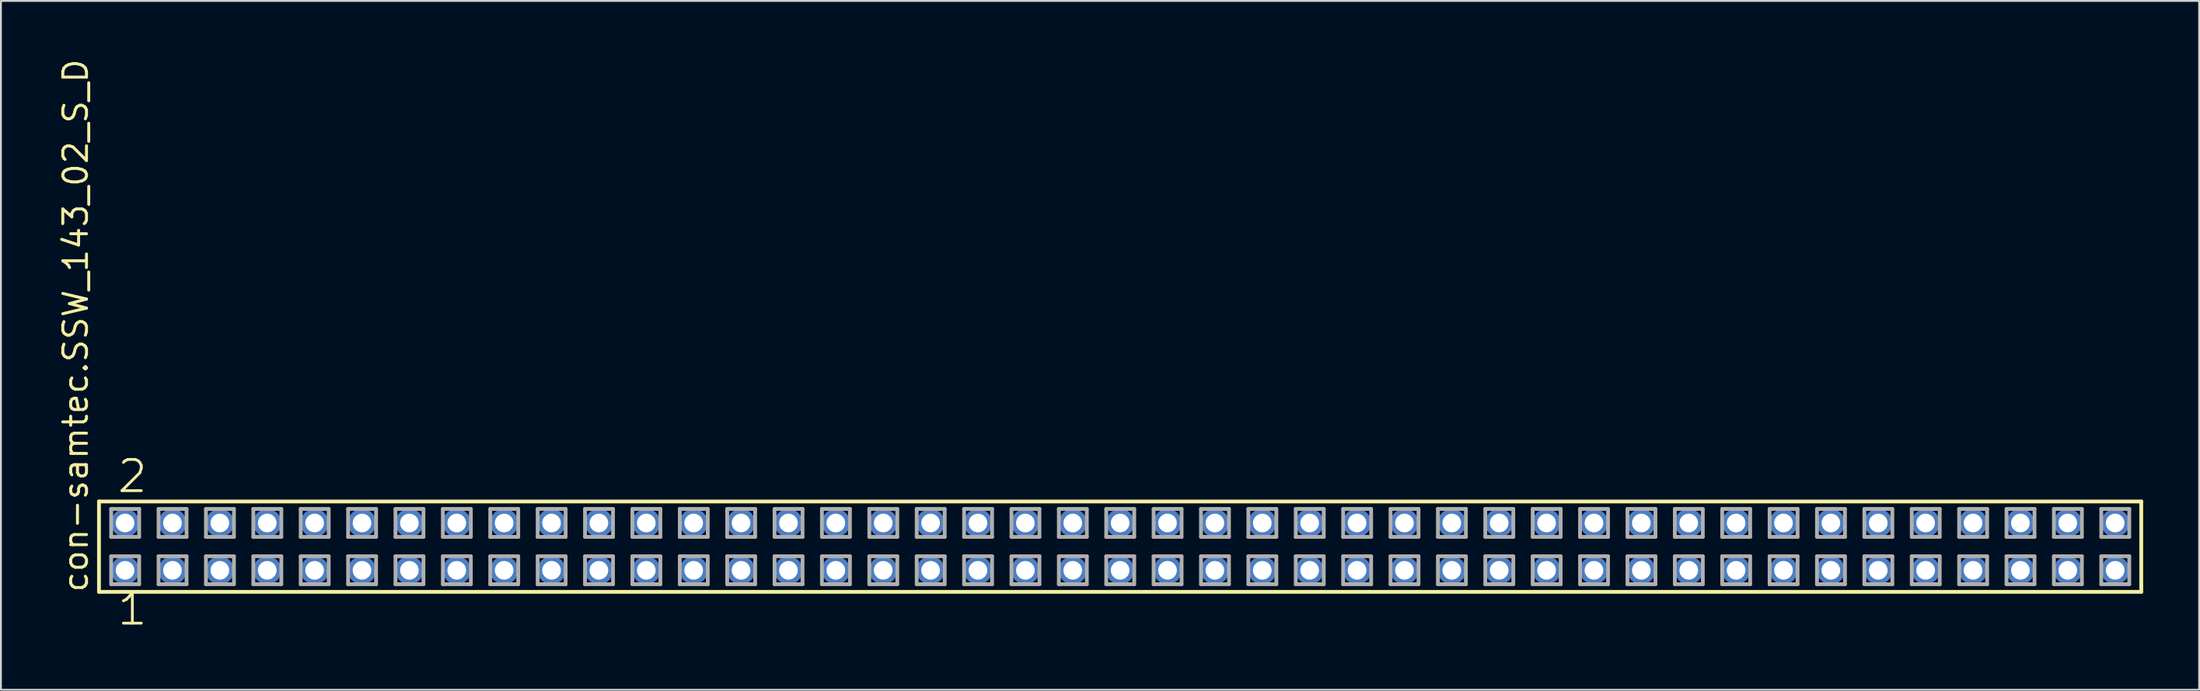
<source format=kicad_pcb>
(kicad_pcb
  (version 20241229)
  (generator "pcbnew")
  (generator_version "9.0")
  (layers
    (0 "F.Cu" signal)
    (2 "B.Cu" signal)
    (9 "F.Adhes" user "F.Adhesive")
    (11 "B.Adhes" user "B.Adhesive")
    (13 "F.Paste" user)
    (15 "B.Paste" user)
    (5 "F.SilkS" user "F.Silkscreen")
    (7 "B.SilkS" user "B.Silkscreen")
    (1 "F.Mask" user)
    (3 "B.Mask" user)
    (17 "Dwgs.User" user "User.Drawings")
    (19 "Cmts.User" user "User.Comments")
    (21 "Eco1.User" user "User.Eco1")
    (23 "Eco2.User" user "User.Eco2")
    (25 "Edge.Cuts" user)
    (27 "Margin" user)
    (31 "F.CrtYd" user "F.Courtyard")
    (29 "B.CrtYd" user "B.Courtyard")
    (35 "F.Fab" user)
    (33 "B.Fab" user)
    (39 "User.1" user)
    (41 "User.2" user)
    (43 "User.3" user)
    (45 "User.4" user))
  (footprint "con-samtec.SSW_143_02_S_D"
    (layer "F.Cu")
    (at 56.995 26.291)
    (property "Reference" "con-samtec.SSW_143_02_S_D" (at -55.245 2.54 90) (layer "F.SilkS") (effects (font (size 1.27 1.27) (thickness 0.16)) (justify left bottom)))
    (attr through_hole)
    (fp_line (start -54.739 -2.425) (end 54.739 -2.425) (stroke (width 0.203) (type default)) (layer "F.SilkS"))
    (fp_line (start -54.739 2.425) (end -54.739 -2.425) (stroke (width 0.203) (type default)) (layer "F.SilkS"))
    (fp_line (start 54.739 -2.425) (end 54.739 2.425) (stroke (width 0.203) (type default)) (layer "F.SilkS"))
    (fp_line (start 54.739 2.425) (end -54.739 2.425) (stroke (width 0.203) (type default)) (layer "F.SilkS"))
    (fp_line (start -54.085 -2.025) (end -52.585 -2.025) (stroke (width 0.203) (type default)) (layer "F.Fab"))
    (fp_line (start -54.085 -0.525) (end -54.085 -2.025) (stroke (width 0.203) (type default)) (layer "F.Fab"))
    (fp_line (start -54.085 0.515) (end -52.585 0.515) (stroke (width 0.203) (type default)) (layer "F.Fab"))
    (fp_line (start -54.085 2.015) (end -54.085 0.515) (stroke (width 0.203) (type default)) (layer "F.Fab"))
    (fp_line (start -52.585 -2.025) (end -52.585 -0.525) (stroke (width 0.203) (type default)) (layer "F.Fab"))
    (fp_line (start -52.585 -0.525) (end -54.085 -0.525) (stroke (width 0.203) (type default)) (layer "F.Fab"))
    (fp_line (start -52.585 0.515) (end -52.585 2.015) (stroke (width 0.203) (type default)) (layer "F.Fab"))
    (fp_line (start -52.585 2.015) (end -54.085 2.015) (stroke (width 0.203) (type default)) (layer "F.Fab"))
    (fp_line (start -51.545 -2.025) (end -50.045 -2.025) (stroke (width 0.203) (type default)) (layer "F.Fab"))
    (fp_line (start -51.545 -0.525) (end -51.545 -2.025) (stroke (width 0.203) (type default)) (layer "F.Fab"))
    (fp_line (start -51.545 0.515) (end -50.045 0.515) (stroke (width 0.203) (type default)) (layer "F.Fab"))
    (fp_line (start -51.545 2.015) (end -51.545 0.515) (stroke (width 0.203) (type default)) (layer "F.Fab"))
    (fp_line (start -50.045 -2.025) (end -50.045 -0.525) (stroke (width 0.203) (type default)) (layer "F.Fab"))
    (fp_line (start -50.045 -0.525) (end -51.545 -0.525) (stroke (width 0.203) (type default)) (layer "F.Fab"))
    (fp_line (start -50.045 0.515) (end -50.045 2.015) (stroke (width 0.203) (type default)) (layer "F.Fab"))
    (fp_line (start -50.045 2.015) (end -51.545 2.015) (stroke (width 0.203) (type default)) (layer "F.Fab"))
    (fp_line (start -49.005 -2.025) (end -47.505 -2.025) (stroke (width 0.203) (type default)) (layer "F.Fab"))
    (fp_line (start -49.005 -0.525) (end -49.005 -2.025) (stroke (width 0.203) (type default)) (layer "F.Fab"))
    (fp_line (start -49.005 0.515) (end -47.505 0.515) (stroke (width 0.203) (type default)) (layer "F.Fab"))
    (fp_line (start -49.005 2.015) (end -49.005 0.515) (stroke (width 0.203) (type default)) (layer "F.Fab"))
    (fp_line (start -47.505 -2.025) (end -47.505 -0.525) (stroke (width 0.203) (type default)) (layer "F.Fab"))
    (fp_line (start -47.505 -0.525) (end -49.005 -0.525) (stroke (width 0.203) (type default)) (layer "F.Fab"))
    (fp_line (start -47.505 0.515) (end -47.505 2.015) (stroke (width 0.203) (type default)) (layer "F.Fab"))
    (fp_line (start -47.505 2.015) (end -49.005 2.015) (stroke (width 0.203) (type default)) (layer "F.Fab"))
    (fp_line (start -46.465 -2.025) (end -44.965 -2.025) (stroke (width 0.203) (type default)) (layer "F.Fab"))
    (fp_line (start -46.465 -0.525) (end -46.465 -2.025) (stroke (width 0.203) (type default)) (layer "F.Fab"))
    (fp_line (start -46.465 0.515) (end -44.965 0.515) (stroke (width 0.203) (type default)) (layer "F.Fab"))
    (fp_line (start -46.465 2.015) (end -46.465 0.515) (stroke (width 0.203) (type default)) (layer "F.Fab"))
    (fp_line (start -44.965 -2.025) (end -44.965 -0.525) (stroke (width 0.203) (type default)) (layer "F.Fab"))
    (fp_line (start -44.965 -0.525) (end -46.465 -0.525) (stroke (width 0.203) (type default)) (layer "F.Fab"))
    (fp_line (start -44.965 0.515) (end -44.965 2.015) (stroke (width 0.203) (type default)) (layer "F.Fab"))
    (fp_line (start -44.965 2.015) (end -46.465 2.015) (stroke (width 0.203) (type default)) (layer "F.Fab"))
    (fp_line (start -43.925 -2.025) (end -42.425 -2.025) (stroke (width 0.203) (type default)) (layer "F.Fab"))
    (fp_line (start -43.925 -0.525) (end -43.925 -2.025) (stroke (width 0.203) (type default)) (layer "F.Fab"))
    (fp_line (start -43.925 0.515) (end -42.425 0.515) (stroke (width 0.203) (type default)) (layer "F.Fab"))
    (fp_line (start -43.925 2.015) (end -43.925 0.515) (stroke (width 0.203) (type default)) (layer "F.Fab"))
    (fp_line (start -42.425 -2.025) (end -42.425 -0.525) (stroke (width 0.203) (type default)) (layer "F.Fab"))
    (fp_line (start -42.425 -0.525) (end -43.925 -0.525) (stroke (width 0.203) (type default)) (layer "F.Fab"))
    (fp_line (start -42.425 0.515) (end -42.425 2.015) (stroke (width 0.203) (type default)) (layer "F.Fab"))
    (fp_line (start -42.425 2.015) (end -43.925 2.015) (stroke (width 0.203) (type default)) (layer "F.Fab"))
    (fp_line (start -41.385 -2.025) (end -39.885 -2.025) (stroke (width 0.203) (type default)) (layer "F.Fab"))
    (fp_line (start -41.385 -0.525) (end -41.385 -2.025) (stroke (width 0.203) (type default)) (layer "F.Fab"))
    (fp_line (start -41.385 0.515) (end -39.885 0.515) (stroke (width 0.203) (type default)) (layer "F.Fab"))
    (fp_line (start -41.385 2.015) (end -41.385 0.515) (stroke (width 0.203) (type default)) (layer "F.Fab"))
    (fp_line (start -39.885 -2.025) (end -39.885 -0.525) (stroke (width 0.203) (type default)) (layer "F.Fab"))
    (fp_line (start -39.885 -0.525) (end -41.385 -0.525) (stroke (width 0.203) (type default)) (layer "F.Fab"))
    (fp_line (start -39.885 0.515) (end -39.885 2.015) (stroke (width 0.203) (type default)) (layer "F.Fab"))
    (fp_line (start -39.885 2.015) (end -41.385 2.015) (stroke (width 0.203) (type default)) (layer "F.Fab"))
    (fp_line (start -38.845 -2.025) (end -37.345 -2.025) (stroke (width 0.203) (type default)) (layer "F.Fab"))
    (fp_line (start -38.845 -0.525) (end -38.845 -2.025) (stroke (width 0.203) (type default)) (layer "F.Fab"))
    (fp_line (start -38.845 0.515) (end -37.345 0.515) (stroke (width 0.203) (type default)) (layer "F.Fab"))
    (fp_line (start -38.845 2.015) (end -38.845 0.515) (stroke (width 0.203) (type default)) (layer "F.Fab"))
    (fp_line (start -37.345 -2.025) (end -37.345 -0.525) (stroke (width 0.203) (type default)) (layer "F.Fab"))
    (fp_line (start -37.345 -0.525) (end -38.845 -0.525) (stroke (width 0.203) (type default)) (layer "F.Fab"))
    (fp_line (start -37.345 0.515) (end -37.345 2.015) (stroke (width 0.203) (type default)) (layer "F.Fab"))
    (fp_line (start -37.345 2.015) (end -38.845 2.015) (stroke (width 0.203) (type default)) (layer "F.Fab"))
    (fp_line (start -36.305 -2.025) (end -34.805 -2.025) (stroke (width 0.203) (type default)) (layer "F.Fab"))
    (fp_line (start -36.305 -0.525) (end -36.305 -2.025) (stroke (width 0.203) (type default)) (layer "F.Fab"))
    (fp_line (start -36.305 0.515) (end -34.805 0.515) (stroke (width 0.203) (type default)) (layer "F.Fab"))
    (fp_line (start -36.305 2.015) (end -36.305 0.515) (stroke (width 0.203) (type default)) (layer "F.Fab"))
    (fp_line (start -34.805 -2.025) (end -34.805 -0.525) (stroke (width 0.203) (type default)) (layer "F.Fab"))
    (fp_line (start -34.805 -0.525) (end -36.305 -0.525) (stroke (width 0.203) (type default)) (layer "F.Fab"))
    (fp_line (start -34.805 0.515) (end -34.805 2.015) (stroke (width 0.203) (type default)) (layer "F.Fab"))
    (fp_line (start -34.805 2.015) (end -36.305 2.015) (stroke (width 0.203) (type default)) (layer "F.Fab"))
    (fp_line (start -33.765 -2.025) (end -32.265 -2.025) (stroke (width 0.203) (type default)) (layer "F.Fab"))
    (fp_line (start -33.765 -0.525) (end -33.765 -2.025) (stroke (width 0.203) (type default)) (layer "F.Fab"))
    (fp_line (start -33.765 0.515) (end -32.265 0.515) (stroke (width 0.203) (type default)) (layer "F.Fab"))
    (fp_line (start -33.765 2.015) (end -33.765 0.515) (stroke (width 0.203) (type default)) (layer "F.Fab"))
    (fp_line (start -32.265 -2.025) (end -32.265 -0.525) (stroke (width 0.203) (type default)) (layer "F.Fab"))
    (fp_line (start -32.265 -0.525) (end -33.765 -0.525) (stroke (width 0.203) (type default)) (layer "F.Fab"))
    (fp_line (start -32.265 0.515) (end -32.265 2.015) (stroke (width 0.203) (type default)) (layer "F.Fab"))
    (fp_line (start -32.265 2.015) (end -33.765 2.015) (stroke (width 0.203) (type default)) (layer "F.Fab"))
    (fp_line (start -31.225 -2.025) (end -29.725 -2.025) (stroke (width 0.203) (type default)) (layer "F.Fab"))
    (fp_line (start -31.225 -0.525) (end -31.225 -2.025) (stroke (width 0.203) (type default)) (layer "F.Fab"))
    (fp_line (start -31.225 0.515) (end -29.725 0.515) (stroke (width 0.203) (type default)) (layer "F.Fab"))
    (fp_line (start -31.225 2.015) (end -31.225 0.515) (stroke (width 0.203) (type default)) (layer "F.Fab"))
    (fp_line (start -29.725 -2.025) (end -29.725 -0.525) (stroke (width 0.203) (type default)) (layer "F.Fab"))
    (fp_line (start -29.725 -0.525) (end -31.225 -0.525) (stroke (width 0.203) (type default)) (layer "F.Fab"))
    (fp_line (start -29.725 0.515) (end -29.725 2.015) (stroke (width 0.203) (type default)) (layer "F.Fab"))
    (fp_line (start -29.725 2.015) (end -31.225 2.015) (stroke (width 0.203) (type default)) (layer "F.Fab"))
    (fp_line (start -28.685 -2.025) (end -27.185 -2.025) (stroke (width 0.203) (type default)) (layer "F.Fab"))
    (fp_line (start -28.685 -0.525) (end -28.685 -2.025) (stroke (width 0.203) (type default)) (layer "F.Fab"))
    (fp_line (start -28.685 0.515) (end -27.185 0.515) (stroke (width 0.203) (type default)) (layer "F.Fab"))
    (fp_line (start -28.685 2.015) (end -28.685 0.515) (stroke (width 0.203) (type default)) (layer "F.Fab"))
    (fp_line (start -27.185 -2.025) (end -27.185 -0.525) (stroke (width 0.203) (type default)) (layer "F.Fab"))
    (fp_line (start -27.185 -0.525) (end -28.685 -0.525) (stroke (width 0.203) (type default)) (layer "F.Fab"))
    (fp_line (start -27.185 0.515) (end -27.185 2.015) (stroke (width 0.203) (type default)) (layer "F.Fab"))
    (fp_line (start -27.185 2.015) (end -28.685 2.015) (stroke (width 0.203) (type default)) (layer "F.Fab"))
    (fp_line (start -26.145 -2.025) (end -24.645 -2.025) (stroke (width 0.203) (type default)) (layer "F.Fab"))
    (fp_line (start -26.145 -0.525) (end -26.145 -2.025) (stroke (width 0.203) (type default)) (layer "F.Fab"))
    (fp_line (start -26.145 0.515) (end -24.645 0.515) (stroke (width 0.203) (type default)) (layer "F.Fab"))
    (fp_line (start -26.145 2.015) (end -26.145 0.515) (stroke (width 0.203) (type default)) (layer "F.Fab"))
    (fp_line (start -24.645 -2.025) (end -24.645 -0.525) (stroke (width 0.203) (type default)) (layer "F.Fab"))
    (fp_line (start -24.645 -0.525) (end -26.145 -0.525) (stroke (width 0.203) (type default)) (layer "F.Fab"))
    (fp_line (start -24.645 0.515) (end -24.645 2.015) (stroke (width 0.203) (type default)) (layer "F.Fab"))
    (fp_line (start -24.645 2.015) (end -26.145 2.015) (stroke (width 0.203) (type default)) (layer "F.Fab"))
    (fp_line (start -23.605 -2.025) (end -22.105 -2.025) (stroke (width 0.203) (type default)) (layer "F.Fab"))
    (fp_line (start -23.605 -0.525) (end -23.605 -2.025) (stroke (width 0.203) (type default)) (layer "F.Fab"))
    (fp_line (start -23.605 0.515) (end -22.105 0.515) (stroke (width 0.203) (type default)) (layer "F.Fab"))
    (fp_line (start -23.605 2.015) (end -23.605 0.515) (stroke (width 0.203) (type default)) (layer "F.Fab"))
    (fp_line (start -22.105 -2.025) (end -22.105 -0.525) (stroke (width 0.203) (type default)) (layer "F.Fab"))
    (fp_line (start -22.105 -0.525) (end -23.605 -0.525) (stroke (width 0.203) (type default)) (layer "F.Fab"))
    (fp_line (start -22.105 0.515) (end -22.105 2.015) (stroke (width 0.203) (type default)) (layer "F.Fab"))
    (fp_line (start -22.105 2.015) (end -23.605 2.015) (stroke (width 0.203) (type default)) (layer "F.Fab"))
    (fp_line (start -21.065 -2.025) (end -19.565 -2.025) (stroke (width 0.203) (type default)) (layer "F.Fab"))
    (fp_line (start -21.065 -0.525) (end -21.065 -2.025) (stroke (width 0.203) (type default)) (layer "F.Fab"))
    (fp_line (start -21.065 0.515) (end -19.565 0.515) (stroke (width 0.203) (type default)) (layer "F.Fab"))
    (fp_line (start -21.065 2.015) (end -21.065 0.515) (stroke (width 0.203) (type default)) (layer "F.Fab"))
    (fp_line (start -19.565 -2.025) (end -19.565 -0.525) (stroke (width 0.203) (type default)) (layer "F.Fab"))
    (fp_line (start -19.565 -0.525) (end -21.065 -0.525) (stroke (width 0.203) (type default)) (layer "F.Fab"))
    (fp_line (start -19.565 0.515) (end -19.565 2.015) (stroke (width 0.203) (type default)) (layer "F.Fab"))
    (fp_line (start -19.565 2.015) (end -21.065 2.015) (stroke (width 0.203) (type default)) (layer "F.Fab"))
    (fp_line (start -18.525 -2.025) (end -17.025 -2.025) (stroke (width 0.203) (type default)) (layer "F.Fab"))
    (fp_line (start -18.525 -0.525) (end -18.525 -2.025) (stroke (width 0.203) (type default)) (layer "F.Fab"))
    (fp_line (start -18.525 0.515) (end -17.025 0.515) (stroke (width 0.203) (type default)) (layer "F.Fab"))
    (fp_line (start -18.525 2.015) (end -18.525 0.515) (stroke (width 0.203) (type default)) (layer "F.Fab"))
    (fp_line (start -17.025 -2.025) (end -17.025 -0.525) (stroke (width 0.203) (type default)) (layer "F.Fab"))
    (fp_line (start -17.025 -0.525) (end -18.525 -0.525) (stroke (width 0.203) (type default)) (layer "F.Fab"))
    (fp_line (start -17.025 0.515) (end -17.025 2.015) (stroke (width 0.203) (type default)) (layer "F.Fab"))
    (fp_line (start -17.025 2.015) (end -18.525 2.015) (stroke (width 0.203) (type default)) (layer "F.Fab"))
    (fp_line (start -15.985 -2.025) (end -14.485 -2.025) (stroke (width 0.203) (type default)) (layer "F.Fab"))
    (fp_line (start -15.985 -0.525) (end -15.985 -2.025) (stroke (width 0.203) (type default)) (layer "F.Fab"))
    (fp_line (start -15.985 0.515) (end -14.485 0.515) (stroke (width 0.203) (type default)) (layer "F.Fab"))
    (fp_line (start -15.985 2.015) (end -15.985 0.515) (stroke (width 0.203) (type default)) (layer "F.Fab"))
    (fp_line (start -14.485 -2.025) (end -14.485 -0.525) (stroke (width 0.203) (type default)) (layer "F.Fab"))
    (fp_line (start -14.485 -0.525) (end -15.985 -0.525) (stroke (width 0.203) (type default)) (layer "F.Fab"))
    (fp_line (start -14.485 0.515) (end -14.485 2.015) (stroke (width 0.203) (type default)) (layer "F.Fab"))
    (fp_line (start -14.485 2.015) (end -15.985 2.015) (stroke (width 0.203) (type default)) (layer "F.Fab"))
    (fp_line (start -13.445 -2.025) (end -11.945 -2.025) (stroke (width 0.203) (type default)) (layer "F.Fab"))
    (fp_line (start -13.445 -0.525) (end -13.445 -2.025) (stroke (width 0.203) (type default)) (layer "F.Fab"))
    (fp_line (start -13.445 0.515) (end -11.945 0.515) (stroke (width 0.203) (type default)) (layer "F.Fab"))
    (fp_line (start -13.445 2.015) (end -13.445 0.515) (stroke (width 0.203) (type default)) (layer "F.Fab"))
    (fp_line (start -11.945 -2.025) (end -11.945 -0.525) (stroke (width 0.203) (type default)) (layer "F.Fab"))
    (fp_line (start -11.945 -0.525) (end -13.445 -0.525) (stroke (width 0.203) (type default)) (layer "F.Fab"))
    (fp_line (start -11.945 0.515) (end -11.945 2.015) (stroke (width 0.203) (type default)) (layer "F.Fab"))
    (fp_line (start -11.945 2.015) (end -13.445 2.015) (stroke (width 0.203) (type default)) (layer "F.Fab"))
    (fp_line (start -10.905 -2.025) (end -9.405 -2.025) (stroke (width 0.203) (type default)) (layer "F.Fab"))
    (fp_line (start -10.905 -0.525) (end -10.905 -2.025) (stroke (width 0.203) (type default)) (layer "F.Fab"))
    (fp_line (start -10.905 0.515) (end -9.405 0.515) (stroke (width 0.203) (type default)) (layer "F.Fab"))
    (fp_line (start -10.905 2.015) (end -10.905 0.515) (stroke (width 0.203) (type default)) (layer "F.Fab"))
    (fp_line (start -9.405 -2.025) (end -9.405 -0.525) (stroke (width 0.203) (type default)) (layer "F.Fab"))
    (fp_line (start -9.405 -0.525) (end -10.905 -0.525) (stroke (width 0.203) (type default)) (layer "F.Fab"))
    (fp_line (start -9.405 0.515) (end -9.405 2.015) (stroke (width 0.203) (type default)) (layer "F.Fab"))
    (fp_line (start -9.405 2.015) (end -10.905 2.015) (stroke (width 0.203) (type default)) (layer "F.Fab"))
    (fp_line (start -8.365 -2.025) (end -6.865 -2.025) (stroke (width 0.203) (type default)) (layer "F.Fab"))
    (fp_line (start -8.365 -0.525) (end -8.365 -2.025) (stroke (width 0.203) (type default)) (layer "F.Fab"))
    (fp_line (start -8.365 0.515) (end -6.865 0.515) (stroke (width 0.203) (type default)) (layer "F.Fab"))
    (fp_line (start -8.365 2.015) (end -8.365 0.515) (stroke (width 0.203) (type default)) (layer "F.Fab"))
    (fp_line (start -6.865 -2.025) (end -6.865 -0.525) (stroke (width 0.203) (type default)) (layer "F.Fab"))
    (fp_line (start -6.865 -0.525) (end -8.365 -0.525) (stroke (width 0.203) (type default)) (layer "F.Fab"))
    (fp_line (start -6.865 0.515) (end -6.865 2.015) (stroke (width 0.203) (type default)) (layer "F.Fab"))
    (fp_line (start -6.865 2.015) (end -8.365 2.015) (stroke (width 0.203) (type default)) (layer "F.Fab"))
    (fp_line (start -5.825 -2.025) (end -4.325 -2.025) (stroke (width 0.203) (type default)) (layer "F.Fab"))
    (fp_line (start -5.825 -0.525) (end -5.825 -2.025) (stroke (width 0.203) (type default)) (layer "F.Fab"))
    (fp_line (start -5.825 0.515) (end -4.325 0.515) (stroke (width 0.203) (type default)) (layer "F.Fab"))
    (fp_line (start -5.825 2.015) (end -5.825 0.515) (stroke (width 0.203) (type default)) (layer "F.Fab"))
    (fp_line (start -4.325 -2.025) (end -4.325 -0.525) (stroke (width 0.203) (type default)) (layer "F.Fab"))
    (fp_line (start -4.325 -0.525) (end -5.825 -0.525) (stroke (width 0.203) (type default)) (layer "F.Fab"))
    (fp_line (start -4.325 0.515) (end -4.325 2.015) (stroke (width 0.203) (type default)) (layer "F.Fab"))
    (fp_line (start -4.325 2.015) (end -5.825 2.015) (stroke (width 0.203) (type default)) (layer "F.Fab"))
    (fp_line (start -3.285 -2.025) (end -1.785 -2.025) (stroke (width 0.203) (type default)) (layer "F.Fab"))
    (fp_line (start -3.285 -0.525) (end -3.285 -2.025) (stroke (width 0.203) (type default)) (layer "F.Fab"))
    (fp_line (start -3.285 0.515) (end -1.785 0.515) (stroke (width 0.203) (type default)) (layer "F.Fab"))
    (fp_line (start -3.285 2.015) (end -3.285 0.515) (stroke (width 0.203) (type default)) (layer "F.Fab"))
    (fp_line (start -1.785 -2.025) (end -1.785 -0.525) (stroke (width 0.203) (type default)) (layer "F.Fab"))
    (fp_line (start -1.785 -0.525) (end -3.285 -0.525) (stroke (width 0.203) (type default)) (layer "F.Fab"))
    (fp_line (start -1.785 0.515) (end -1.785 2.015) (stroke (width 0.203) (type default)) (layer "F.Fab"))
    (fp_line (start -1.785 2.015) (end -3.285 2.015) (stroke (width 0.203) (type default)) (layer "F.Fab"))
    (fp_line (start -0.745 -2.025) (end 0.755 -2.025) (stroke (width 0.203) (type default)) (layer "F.Fab"))
    (fp_line (start -0.745 -0.525) (end -0.745 -2.025) (stroke (width 0.203) (type default)) (layer "F.Fab"))
    (fp_line (start -0.745 0.515) (end 0.755 0.515) (stroke (width 0.203) (type default)) (layer "F.Fab"))
    (fp_line (start -0.745 2.015) (end -0.745 0.515) (stroke (width 0.203) (type default)) (layer "F.Fab"))
    (fp_line (start 0.755 -2.025) (end 0.755 -0.525) (stroke (width 0.203) (type default)) (layer "F.Fab"))
    (fp_line (start 0.755 -0.525) (end -0.745 -0.525) (stroke (width 0.203) (type default)) (layer "F.Fab"))
    (fp_line (start 0.755 0.515) (end 0.755 2.015) (stroke (width 0.203) (type default)) (layer "F.Fab"))
    (fp_line (start 0.755 2.015) (end -0.745 2.015) (stroke (width 0.203) (type default)) (layer "F.Fab"))
    (fp_line (start 1.795 -2.025) (end 3.295 -2.025) (stroke (width 0.203) (type default)) (layer "F.Fab"))
    (fp_line (start 1.795 -0.525) (end 1.795 -2.025) (stroke (width 0.203) (type default)) (layer "F.Fab"))
    (fp_line (start 1.795 0.515) (end 3.295 0.515) (stroke (width 0.203) (type default)) (layer "F.Fab"))
    (fp_line (start 1.795 2.015) (end 1.795 0.515) (stroke (width 0.203) (type default)) (layer "F.Fab"))
    (fp_line (start 3.295 -2.025) (end 3.295 -0.525) (stroke (width 0.203) (type default)) (layer "F.Fab"))
    (fp_line (start 3.295 -0.525) (end 1.795 -0.525) (stroke (width 0.203) (type default)) (layer "F.Fab"))
    (fp_line (start 3.295 0.515) (end 3.295 2.015) (stroke (width 0.203) (type default)) (layer "F.Fab"))
    (fp_line (start 3.295 2.015) (end 1.795 2.015) (stroke (width 0.203) (type default)) (layer "F.Fab"))
    (fp_line (start 4.335 -2.025) (end 5.835 -2.025) (stroke (width 0.203) (type default)) (layer "F.Fab"))
    (fp_line (start 4.335 -0.525) (end 4.335 -2.025) (stroke (width 0.203) (type default)) (layer "F.Fab"))
    (fp_line (start 4.335 0.515) (end 5.835 0.515) (stroke (width 0.203) (type default)) (layer "F.Fab"))
    (fp_line (start 4.335 2.015) (end 4.335 0.515) (stroke (width 0.203) (type default)) (layer "F.Fab"))
    (fp_line (start 5.835 -2.025) (end 5.835 -0.525) (stroke (width 0.203) (type default)) (layer "F.Fab"))
    (fp_line (start 5.835 -0.525) (end 4.335 -0.525) (stroke (width 0.203) (type default)) (layer "F.Fab"))
    (fp_line (start 5.835 0.515) (end 5.835 2.015) (stroke (width 0.203) (type default)) (layer "F.Fab"))
    (fp_line (start 5.835 2.015) (end 4.335 2.015) (stroke (width 0.203) (type default)) (layer "F.Fab"))
    (fp_line (start 6.875 -2.025) (end 8.375 -2.025) (stroke (width 0.203) (type default)) (layer "F.Fab"))
    (fp_line (start 6.875 -0.525) (end 6.875 -2.025) (stroke (width 0.203) (type default)) (layer "F.Fab"))
    (fp_line (start 6.875 0.515) (end 8.375 0.515) (stroke (width 0.203) (type default)) (layer "F.Fab"))
    (fp_line (start 6.875 2.015) (end 6.875 0.515) (stroke (width 0.203) (type default)) (layer "F.Fab"))
    (fp_line (start 8.375 -2.025) (end 8.375 -0.525) (stroke (width 0.203) (type default)) (layer "F.Fab"))
    (fp_line (start 8.375 -0.525) (end 6.875 -0.525) (stroke (width 0.203) (type default)) (layer "F.Fab"))
    (fp_line (start 8.375 0.515) (end 8.375 2.015) (stroke (width 0.203) (type default)) (layer "F.Fab"))
    (fp_line (start 8.375 2.015) (end 6.875 2.015) (stroke (width 0.203) (type default)) (layer "F.Fab"))
    (fp_line (start 9.415 -2.025) (end 10.915 -2.025) (stroke (width 0.203) (type default)) (layer "F.Fab"))
    (fp_line (start 9.415 -0.525) (end 9.415 -2.025) (stroke (width 0.203) (type default)) (layer "F.Fab"))
    (fp_line (start 9.415 0.515) (end 10.915 0.515) (stroke (width 0.203) (type default)) (layer "F.Fab"))
    (fp_line (start 9.415 2.015) (end 9.415 0.515) (stroke (width 0.203) (type default)) (layer "F.Fab"))
    (fp_line (start 10.915 -2.025) (end 10.915 -0.525) (stroke (width 0.203) (type default)) (layer "F.Fab"))
    (fp_line (start 10.915 -0.525) (end 9.415 -0.525) (stroke (width 0.203) (type default)) (layer "F.Fab"))
    (fp_line (start 10.915 0.515) (end 10.915 2.015) (stroke (width 0.203) (type default)) (layer "F.Fab"))
    (fp_line (start 10.915 2.015) (end 9.415 2.015) (stroke (width 0.203) (type default)) (layer "F.Fab"))
    (fp_line (start 11.955 -2.025) (end 13.455 -2.025) (stroke (width 0.203) (type default)) (layer "F.Fab"))
    (fp_line (start 11.955 -0.525) (end 11.955 -2.025) (stroke (width 0.203) (type default)) (layer "F.Fab"))
    (fp_line (start 11.955 0.515) (end 13.455 0.515) (stroke (width 0.203) (type default)) (layer "F.Fab"))
    (fp_line (start 11.955 2.015) (end 11.955 0.515) (stroke (width 0.203) (type default)) (layer "F.Fab"))
    (fp_line (start 13.455 -2.025) (end 13.455 -0.525) (stroke (width 0.203) (type default)) (layer "F.Fab"))
    (fp_line (start 13.455 -0.525) (end 11.955 -0.525) (stroke (width 0.203) (type default)) (layer "F.Fab"))
    (fp_line (start 13.455 0.515) (end 13.455 2.015) (stroke (width 0.203) (type default)) (layer "F.Fab"))
    (fp_line (start 13.455 2.015) (end 11.955 2.015) (stroke (width 0.203) (type default)) (layer "F.Fab"))
    (fp_line (start 14.495 -2.025) (end 15.995 -2.025) (stroke (width 0.203) (type default)) (layer "F.Fab"))
    (fp_line (start 14.495 -0.525) (end 14.495 -2.025) (stroke (width 0.203) (type default)) (layer "F.Fab"))
    (fp_line (start 14.495 0.515) (end 15.995 0.515) (stroke (width 0.203) (type default)) (layer "F.Fab"))
    (fp_line (start 14.495 2.015) (end 14.495 0.515) (stroke (width 0.203) (type default)) (layer "F.Fab"))
    (fp_line (start 15.995 -2.025) (end 15.995 -0.525) (stroke (width 0.203) (type default)) (layer "F.Fab"))
    (fp_line (start 15.995 -0.525) (end 14.495 -0.525) (stroke (width 0.203) (type default)) (layer "F.Fab"))
    (fp_line (start 15.995 0.515) (end 15.995 2.015) (stroke (width 0.203) (type default)) (layer "F.Fab"))
    (fp_line (start 15.995 2.015) (end 14.495 2.015) (stroke (width 0.203) (type default)) (layer "F.Fab"))
    (fp_line (start 17.035 -2.025) (end 18.535 -2.025) (stroke (width 0.203) (type default)) (layer "F.Fab"))
    (fp_line (start 17.035 -0.525) (end 17.035 -2.025) (stroke (width 0.203) (type default)) (layer "F.Fab"))
    (fp_line (start 17.035 0.515) (end 18.535 0.515) (stroke (width 0.203) (type default)) (layer "F.Fab"))
    (fp_line (start 17.035 2.015) (end 17.035 0.515) (stroke (width 0.203) (type default)) (layer "F.Fab"))
    (fp_line (start 18.535 -2.025) (end 18.535 -0.525) (stroke (width 0.203) (type default)) (layer "F.Fab"))
    (fp_line (start 18.535 -0.525) (end 17.035 -0.525) (stroke (width 0.203) (type default)) (layer "F.Fab"))
    (fp_line (start 18.535 0.515) (end 18.535 2.015) (stroke (width 0.203) (type default)) (layer "F.Fab"))
    (fp_line (start 18.535 2.015) (end 17.035 2.015) (stroke (width 0.203) (type default)) (layer "F.Fab"))
    (fp_line (start 19.575 -2.025) (end 21.075 -2.025) (stroke (width 0.203) (type default)) (layer "F.Fab"))
    (fp_line (start 19.575 -0.525) (end 19.575 -2.025) (stroke (width 0.203) (type default)) (layer "F.Fab"))
    (fp_line (start 19.575 0.515) (end 21.075 0.515) (stroke (width 0.203) (type default)) (layer "F.Fab"))
    (fp_line (start 19.575 2.015) (end 19.575 0.515) (stroke (width 0.203) (type default)) (layer "F.Fab"))
    (fp_line (start 21.075 -2.025) (end 21.075 -0.525) (stroke (width 0.203) (type default)) (layer "F.Fab"))
    (fp_line (start 21.075 -0.525) (end 19.575 -0.525) (stroke (width 0.203) (type default)) (layer "F.Fab"))
    (fp_line (start 21.075 0.515) (end 21.075 2.015) (stroke (width 0.203) (type default)) (layer "F.Fab"))
    (fp_line (start 21.075 2.015) (end 19.575 2.015) (stroke (width 0.203) (type default)) (layer "F.Fab"))
    (fp_line (start 22.115 -2.025) (end 23.615 -2.025) (stroke (width 0.203) (type default)) (layer "F.Fab"))
    (fp_line (start 22.115 -0.525) (end 22.115 -2.025) (stroke (width 0.203) (type default)) (layer "F.Fab"))
    (fp_line (start 22.115 0.515) (end 23.615 0.515) (stroke (width 0.203) (type default)) (layer "F.Fab"))
    (fp_line (start 22.115 2.015) (end 22.115 0.515) (stroke (width 0.203) (type default)) (layer "F.Fab"))
    (fp_line (start 23.615 -2.025) (end 23.615 -0.525) (stroke (width 0.203) (type default)) (layer "F.Fab"))
    (fp_line (start 23.615 -0.525) (end 22.115 -0.525) (stroke (width 0.203) (type default)) (layer "F.Fab"))
    (fp_line (start 23.615 0.515) (end 23.615 2.015) (stroke (width 0.203) (type default)) (layer "F.Fab"))
    (fp_line (start 23.615 2.015) (end 22.115 2.015) (stroke (width 0.203) (type default)) (layer "F.Fab"))
    (fp_line (start 24.655 -2.025) (end 26.155 -2.025) (stroke (width 0.203) (type default)) (layer "F.Fab"))
    (fp_line (start 24.655 -0.525) (end 24.655 -2.025) (stroke (width 0.203) (type default)) (layer "F.Fab"))
    (fp_line (start 24.655 0.515) (end 26.155 0.515) (stroke (width 0.203) (type default)) (layer "F.Fab"))
    (fp_line (start 24.655 2.015) (end 24.655 0.515) (stroke (width 0.203) (type default)) (layer "F.Fab"))
    (fp_line (start 26.155 -2.025) (end 26.155 -0.525) (stroke (width 0.203) (type default)) (layer "F.Fab"))
    (fp_line (start 26.155 -0.525) (end 24.655 -0.525) (stroke (width 0.203) (type default)) (layer "F.Fab"))
    (fp_line (start 26.155 0.515) (end 26.155 2.015) (stroke (width 0.203) (type default)) (layer "F.Fab"))
    (fp_line (start 26.155 2.015) (end 24.655 2.015) (stroke (width 0.203) (type default)) (layer "F.Fab"))
    (fp_line (start 27.195 -2.025) (end 28.695 -2.025) (stroke (width 0.203) (type default)) (layer "F.Fab"))
    (fp_line (start 27.195 -0.525) (end 27.195 -2.025) (stroke (width 0.203) (type default)) (layer "F.Fab"))
    (fp_line (start 27.195 0.515) (end 28.695 0.515) (stroke (width 0.203) (type default)) (layer "F.Fab"))
    (fp_line (start 27.195 2.015) (end 27.195 0.515) (stroke (width 0.203) (type default)) (layer "F.Fab"))
    (fp_line (start 28.695 -2.025) (end 28.695 -0.525) (stroke (width 0.203) (type default)) (layer "F.Fab"))
    (fp_line (start 28.695 -0.525) (end 27.195 -0.525) (stroke (width 0.203) (type default)) (layer "F.Fab"))
    (fp_line (start 28.695 0.515) (end 28.695 2.015) (stroke (width 0.203) (type default)) (layer "F.Fab"))
    (fp_line (start 28.695 2.015) (end 27.195 2.015) (stroke (width 0.203) (type default)) (layer "F.Fab"))
    (fp_line (start 29.735 -2.025) (end 31.235 -2.025) (stroke (width 0.203) (type default)) (layer "F.Fab"))
    (fp_line (start 29.735 -0.525) (end 29.735 -2.025) (stroke (width 0.203) (type default)) (layer "F.Fab"))
    (fp_line (start 29.735 0.515) (end 31.235 0.515) (stroke (width 0.203) (type default)) (layer "F.Fab"))
    (fp_line (start 29.735 2.015) (end 29.735 0.515) (stroke (width 0.203) (type default)) (layer "F.Fab"))
    (fp_line (start 31.235 -2.025) (end 31.235 -0.525) (stroke (width 0.203) (type default)) (layer "F.Fab"))
    (fp_line (start 31.235 -0.525) (end 29.735 -0.525) (stroke (width 0.203) (type default)) (layer "F.Fab"))
    (fp_line (start 31.235 0.515) (end 31.235 2.015) (stroke (width 0.203) (type default)) (layer "F.Fab"))
    (fp_line (start 31.235 2.015) (end 29.735 2.015) (stroke (width 0.203) (type default)) (layer "F.Fab"))
    (fp_line (start 32.275 -2.025) (end 33.775 -2.025) (stroke (width 0.203) (type default)) (layer "F.Fab"))
    (fp_line (start 32.275 -0.525) (end 32.275 -2.025) (stroke (width 0.203) (type default)) (layer "F.Fab"))
    (fp_line (start 32.275 0.515) (end 33.775 0.515) (stroke (width 0.203) (type default)) (layer "F.Fab"))
    (fp_line (start 32.275 2.015) (end 32.275 0.515) (stroke (width 0.203) (type default)) (layer "F.Fab"))
    (fp_line (start 33.775 -2.025) (end 33.775 -0.525) (stroke (width 0.203) (type default)) (layer "F.Fab"))
    (fp_line (start 33.775 -0.525) (end 32.275 -0.525) (stroke (width 0.203) (type default)) (layer "F.Fab"))
    (fp_line (start 33.775 0.515) (end 33.775 2.015) (stroke (width 0.203) (type default)) (layer "F.Fab"))
    (fp_line (start 33.775 2.015) (end 32.275 2.015) (stroke (width 0.203) (type default)) (layer "F.Fab"))
    (fp_line (start 34.815 -2.025) (end 36.315 -2.025) (stroke (width 0.203) (type default)) (layer "F.Fab"))
    (fp_line (start 34.815 -0.525) (end 34.815 -2.025) (stroke (width 0.203) (type default)) (layer "F.Fab"))
    (fp_line (start 34.815 0.515) (end 36.315 0.515) (stroke (width 0.203) (type default)) (layer "F.Fab"))
    (fp_line (start 34.815 2.015) (end 34.815 0.515) (stroke (width 0.203) (type default)) (layer "F.Fab"))
    (fp_line (start 36.315 -2.025) (end 36.315 -0.525) (stroke (width 0.203) (type default)) (layer "F.Fab"))
    (fp_line (start 36.315 -0.525) (end 34.815 -0.525) (stroke (width 0.203) (type default)) (layer "F.Fab"))
    (fp_line (start 36.315 0.515) (end 36.315 2.015) (stroke (width 0.203) (type default)) (layer "F.Fab"))
    (fp_line (start 36.315 2.015) (end 34.815 2.015) (stroke (width 0.203) (type default)) (layer "F.Fab"))
    (fp_line (start 37.355 -2.025) (end 38.855 -2.025) (stroke (width 0.203) (type default)) (layer "F.Fab"))
    (fp_line (start 37.355 -0.525) (end 37.355 -2.025) (stroke (width 0.203) (type default)) (layer "F.Fab"))
    (fp_line (start 37.355 0.515) (end 38.855 0.515) (stroke (width 0.203) (type default)) (layer "F.Fab"))
    (fp_line (start 37.355 2.015) (end 37.355 0.515) (stroke (width 0.203) (type default)) (layer "F.Fab"))
    (fp_line (start 38.855 -2.025) (end 38.855 -0.525) (stroke (width 0.203) (type default)) (layer "F.Fab"))
    (fp_line (start 38.855 -0.525) (end 37.355 -0.525) (stroke (width 0.203) (type default)) (layer "F.Fab"))
    (fp_line (start 38.855 0.515) (end 38.855 2.015) (stroke (width 0.203) (type default)) (layer "F.Fab"))
    (fp_line (start 38.855 2.015) (end 37.355 2.015) (stroke (width 0.203) (type default)) (layer "F.Fab"))
    (fp_line (start 39.895 -2.025) (end 41.395 -2.025) (stroke (width 0.203) (type default)) (layer "F.Fab"))
    (fp_line (start 39.895 -0.525) (end 39.895 -2.025) (stroke (width 0.203) (type default)) (layer "F.Fab"))
    (fp_line (start 39.895 0.515) (end 41.395 0.515) (stroke (width 0.203) (type default)) (layer "F.Fab"))
    (fp_line (start 39.895 2.015) (end 39.895 0.515) (stroke (width 0.203) (type default)) (layer "F.Fab"))
    (fp_line (start 41.395 -2.025) (end 41.395 -0.525) (stroke (width 0.203) (type default)) (layer "F.Fab"))
    (fp_line (start 41.395 -0.525) (end 39.895 -0.525) (stroke (width 0.203) (type default)) (layer "F.Fab"))
    (fp_line (start 41.395 0.515) (end 41.395 2.015) (stroke (width 0.203) (type default)) (layer "F.Fab"))
    (fp_line (start 41.395 2.015) (end 39.895 2.015) (stroke (width 0.203) (type default)) (layer "F.Fab"))
    (fp_line (start 42.435 -2.025) (end 43.935 -2.025) (stroke (width 0.203) (type default)) (layer "F.Fab"))
    (fp_line (start 42.435 -0.525) (end 42.435 -2.025) (stroke (width 0.203) (type default)) (layer "F.Fab"))
    (fp_line (start 42.435 0.515) (end 43.935 0.515) (stroke (width 0.203) (type default)) (layer "F.Fab"))
    (fp_line (start 42.435 2.015) (end 42.435 0.515) (stroke (width 0.203) (type default)) (layer "F.Fab"))
    (fp_line (start 43.935 -2.025) (end 43.935 -0.525) (stroke (width 0.203) (type default)) (layer "F.Fab"))
    (fp_line (start 43.935 -0.525) (end 42.435 -0.525) (stroke (width 0.203) (type default)) (layer "F.Fab"))
    (fp_line (start 43.935 0.515) (end 43.935 2.015) (stroke (width 0.203) (type default)) (layer "F.Fab"))
    (fp_line (start 43.935 2.015) (end 42.435 2.015) (stroke (width 0.203) (type default)) (layer "F.Fab"))
    (fp_line (start 44.975 -2.025) (end 46.475 -2.025) (stroke (width 0.203) (type default)) (layer "F.Fab"))
    (fp_line (start 44.975 -0.525) (end 44.975 -2.025) (stroke (width 0.203) (type default)) (layer "F.Fab"))
    (fp_line (start 44.975 0.515) (end 46.475 0.515) (stroke (width 0.203) (type default)) (layer "F.Fab"))
    (fp_line (start 44.975 2.015) (end 44.975 0.515) (stroke (width 0.203) (type default)) (layer "F.Fab"))
    (fp_line (start 46.475 -2.025) (end 46.475 -0.525) (stroke (width 0.203) (type default)) (layer "F.Fab"))
    (fp_line (start 46.475 -0.525) (end 44.975 -0.525) (stroke (width 0.203) (type default)) (layer "F.Fab"))
    (fp_line (start 46.475 0.515) (end 46.475 2.015) (stroke (width 0.203) (type default)) (layer "F.Fab"))
    (fp_line (start 46.475 2.015) (end 44.975 2.015) (stroke (width 0.203) (type default)) (layer "F.Fab"))
    (fp_line (start 47.515 -2.025) (end 49.015 -2.025) (stroke (width 0.203) (type default)) (layer "F.Fab"))
    (fp_line (start 47.515 -0.525) (end 47.515 -2.025) (stroke (width 0.203) (type default)) (layer "F.Fab"))
    (fp_line (start 47.515 0.515) (end 49.015 0.515) (stroke (width 0.203) (type default)) (layer "F.Fab"))
    (fp_line (start 47.515 2.015) (end 47.515 0.515) (stroke (width 0.203) (type default)) (layer "F.Fab"))
    (fp_line (start 49.015 -2.025) (end 49.015 -0.525) (stroke (width 0.203) (type default)) (layer "F.Fab"))
    (fp_line (start 49.015 -0.525) (end 47.515 -0.525) (stroke (width 0.203) (type default)) (layer "F.Fab"))
    (fp_line (start 49.015 0.515) (end 49.015 2.015) (stroke (width 0.203) (type default)) (layer "F.Fab"))
    (fp_line (start 49.015 2.015) (end 47.515 2.015) (stroke (width 0.203) (type default)) (layer "F.Fab"))
    (fp_line (start 50.055 -2.025) (end 51.555 -2.025) (stroke (width 0.203) (type default)) (layer "F.Fab"))
    (fp_line (start 50.055 -0.525) (end 50.055 -2.025) (stroke (width 0.203) (type default)) (layer "F.Fab"))
    (fp_line (start 50.055 0.515) (end 51.555 0.515) (stroke (width 0.203) (type default)) (layer "F.Fab"))
    (fp_line (start 50.055 2.015) (end 50.055 0.515) (stroke (width 0.203) (type default)) (layer "F.Fab"))
    (fp_line (start 51.555 -2.025) (end 51.555 -0.525) (stroke (width 0.203) (type default)) (layer "F.Fab"))
    (fp_line (start 51.555 -0.525) (end 50.055 -0.525) (stroke (width 0.203) (type default)) (layer "F.Fab"))
    (fp_line (start 51.555 0.515) (end 51.555 2.015) (stroke (width 0.203) (type default)) (layer "F.Fab"))
    (fp_line (start 51.555 2.015) (end 50.055 2.015) (stroke (width 0.203) (type default)) (layer "F.Fab"))
    (fp_line (start 52.595 -2.025) (end 54.095 -2.025) (stroke (width 0.203) (type default)) (layer "F.Fab"))
    (fp_line (start 52.595 -0.525) (end 52.595 -2.025) (stroke (width 0.203) (type default)) (layer "F.Fab"))
    (fp_line (start 52.595 0.515) (end 54.095 0.515) (stroke (width 0.203) (type default)) (layer "F.Fab"))
    (fp_line (start 52.595 2.015) (end 52.595 0.515) (stroke (width 0.203) (type default)) (layer "F.Fab"))
    (fp_line (start 54.095 -2.025) (end 54.095 -0.525) (stroke (width 0.203) (type default)) (layer "F.Fab"))
    (fp_line (start 54.095 -0.525) (end 52.595 -0.525) (stroke (width 0.203) (type default)) (layer "F.Fab"))
    (fp_line (start 54.095 0.515) (end 54.095 2.015) (stroke (width 0.203) (type default)) (layer "F.Fab"))
    (fp_line (start 54.095 2.015) (end 52.595 2.015) (stroke (width 0.203) (type default)) (layer "F.Fab"))
    (fp_text user "2" (at -53.848 -2.794 0) (layer "F.SilkS") (effects (font (size 1.676 1.676) (thickness 0.15)) (justify left bottom)))
    (fp_text user "1" (at -53.848 4.318 0) (layer "F.SilkS") (effects (font (size 1.676 1.676) (thickness 0.15)) (justify left bottom)))
    (pad "1" thru_hole circle (at -53.34 1.27) (size 1.5 1.5) (drill 1) (layers "*.Cu" "*.Mask"))
    (pad "2" thru_hole circle (at -53.34 -1.27) (size 1.5 1.5) (drill 1) (layers "*.Cu" "*.Mask"))
    (pad "3" thru_hole circle (at -50.8 1.27) (size 1.5 1.5) (drill 1) (layers "*.Cu" "*.Mask"))
    (pad "4" thru_hole circle (at -50.8 -1.27) (size 1.5 1.5) (drill 1) (layers "*.Cu" "*.Mask"))
    (pad "5" thru_hole circle (at -48.26 1.27) (size 1.5 1.5) (drill 1) (layers "*.Cu" "*.Mask"))
    (pad "6" thru_hole circle (at -48.26 -1.27) (size 1.5 1.5) (drill 1) (layers "*.Cu" "*.Mask"))
    (pad "7" thru_hole circle (at -45.72 1.27) (size 1.5 1.5) (drill 1) (layers "*.Cu" "*.Mask"))
    (pad "8" thru_hole circle (at -45.72 -1.27) (size 1.5 1.5) (drill 1) (layers "*.Cu" "*.Mask"))
    (pad "9" thru_hole circle (at -43.18 1.27) (size 1.5 1.5) (drill 1) (layers "*.Cu" "*.Mask"))
    (pad "10" thru_hole circle (at -43.18 -1.27) (size 1.5 1.5) (drill 1) (layers "*.Cu" "*.Mask"))
    (pad "11" thru_hole circle (at -40.64 1.27) (size 1.5 1.5) (drill 1) (layers "*.Cu" "*.Mask"))
    (pad "12" thru_hole circle (at -40.64 -1.27) (size 1.5 1.5) (drill 1) (layers "*.Cu" "*.Mask"))
    (pad "13" thru_hole circle (at -38.1 1.27) (size 1.5 1.5) (drill 1) (layers "*.Cu" "*.Mask"))
    (pad "14" thru_hole circle (at -38.1 -1.27) (size 1.5 1.5) (drill 1) (layers "*.Cu" "*.Mask"))
    (pad "15" thru_hole circle (at -35.56 1.27) (size 1.5 1.5) (drill 1) (layers "*.Cu" "*.Mask"))
    (pad "16" thru_hole circle (at -35.56 -1.27) (size 1.5 1.5) (drill 1) (layers "*.Cu" "*.Mask"))
    (pad "17" thru_hole circle (at -33.02 1.27) (size 1.5 1.5) (drill 1) (layers "*.Cu" "*.Mask"))
    (pad "18" thru_hole circle (at -33.02 -1.27) (size 1.5 1.5) (drill 1) (layers "*.Cu" "*.Mask"))
    (pad "19" thru_hole circle (at -30.48 1.27) (size 1.5 1.5) (drill 1) (layers "*.Cu" "*.Mask"))
    (pad "20" thru_hole circle (at -30.48 -1.27) (size 1.5 1.5) (drill 1) (layers "*.Cu" "*.Mask"))
    (pad "21" thru_hole circle (at -27.94 1.27) (size 1.5 1.5) (drill 1) (layers "*.Cu" "*.Mask"))
    (pad "22" thru_hole circle (at -27.94 -1.27) (size 1.5 1.5) (drill 1) (layers "*.Cu" "*.Mask"))
    (pad "23" thru_hole circle (at -25.4 1.27) (size 1.5 1.5) (drill 1) (layers "*.Cu" "*.Mask"))
    (pad "24" thru_hole circle (at -25.4 -1.27) (size 1.5 1.5) (drill 1) (layers "*.Cu" "*.Mask"))
    (pad "25" thru_hole circle (at -22.86 1.27) (size 1.5 1.5) (drill 1) (layers "*.Cu" "*.Mask"))
    (pad "26" thru_hole circle (at -22.86 -1.27) (size 1.5 1.5) (drill 1) (layers "*.Cu" "*.Mask"))
    (pad "27" thru_hole circle (at -20.32 1.27) (size 1.5 1.5) (drill 1) (layers "*.Cu" "*.Mask"))
    (pad "28" thru_hole circle (at -20.32 -1.27) (size 1.5 1.5) (drill 1) (layers "*.Cu" "*.Mask"))
    (pad "29" thru_hole circle (at -17.78 1.27) (size 1.5 1.5) (drill 1) (layers "*.Cu" "*.Mask"))
    (pad "30" thru_hole circle (at -17.78 -1.27) (size 1.5 1.5) (drill 1) (layers "*.Cu" "*.Mask"))
    (pad "31" thru_hole circle (at -15.24 1.27) (size 1.5 1.5) (drill 1) (layers "*.Cu" "*.Mask"))
    (pad "32" thru_hole circle (at -15.24 -1.27) (size 1.5 1.5) (drill 1) (layers "*.Cu" "*.Mask"))
    (pad "33" thru_hole circle (at -12.7 1.27) (size 1.5 1.5) (drill 1) (layers "*.Cu" "*.Mask"))
    (pad "34" thru_hole circle (at -12.7 -1.27) (size 1.5 1.5) (drill 1) (layers "*.Cu" "*.Mask"))
    (pad "35" thru_hole circle (at -10.16 1.27) (size 1.5 1.5) (drill 1) (layers "*.Cu" "*.Mask"))
    (pad "36" thru_hole circle (at -10.16 -1.27) (size 1.5 1.5) (drill 1) (layers "*.Cu" "*.Mask"))
    (pad "37" thru_hole circle (at -7.62 1.27) (size 1.5 1.5) (drill 1) (layers "*.Cu" "*.Mask"))
    (pad "38" thru_hole circle (at -7.62 -1.27) (size 1.5 1.5) (drill 1) (layers "*.Cu" "*.Mask"))
    (pad "39" thru_hole circle (at -5.08 1.27) (size 1.5 1.5) (drill 1) (layers "*.Cu" "*.Mask"))
    (pad "40" thru_hole circle (at -5.08 -1.27) (size 1.5 1.5) (drill 1) (layers "*.Cu" "*.Mask"))
    (pad "41" thru_hole circle (at -2.54 1.27) (size 1.5 1.5) (drill 1) (layers "*.Cu" "*.Mask"))
    (pad "42" thru_hole circle (at -2.54 -1.27) (size 1.5 1.5) (drill 1) (layers "*.Cu" "*.Mask"))
    (pad "43" thru_hole circle (at 0 1.27) (size 1.5 1.5) (drill 1) (layers "*.Cu" "*.Mask"))
    (pad "44" thru_hole circle (at 0 -1.27) (size 1.5 1.5) (drill 1) (layers "*.Cu" "*.Mask"))
    (pad "45" thru_hole circle (at 2.54 1.27) (size 1.5 1.5) (drill 1) (layers "*.Cu" "*.Mask"))
    (pad "46" thru_hole circle (at 2.54 -1.27) (size 1.5 1.5) (drill 1) (layers "*.Cu" "*.Mask"))
    (pad "47" thru_hole circle (at 5.08 1.27) (size 1.5 1.5) (drill 1) (layers "*.Cu" "*.Mask"))
    (pad "48" thru_hole circle (at 5.08 -1.27) (size 1.5 1.5) (drill 1) (layers "*.Cu" "*.Mask"))
    (pad "49" thru_hole circle (at 7.62 1.27) (size 1.5 1.5) (drill 1) (layers "*.Cu" "*.Mask"))
    (pad "50" thru_hole circle (at 7.62 -1.27) (size 1.5 1.5) (drill 1) (layers "*.Cu" "*.Mask"))
    (pad "51" thru_hole circle (at 10.16 1.27) (size 1.5 1.5) (drill 1) (layers "*.Cu" "*.Mask"))
    (pad "52" thru_hole circle (at 10.16 -1.27) (size 1.5 1.5) (drill 1) (layers "*.Cu" "*.Mask"))
    (pad "53" thru_hole circle (at 12.7 1.27) (size 1.5 1.5) (drill 1) (layers "*.Cu" "*.Mask"))
    (pad "54" thru_hole circle (at 12.7 -1.27) (size 1.5 1.5) (drill 1) (layers "*.Cu" "*.Mask"))
    (pad "55" thru_hole circle (at 15.24 1.27) (size 1.5 1.5) (drill 1) (layers "*.Cu" "*.Mask"))
    (pad "56" thru_hole circle (at 15.24 -1.27) (size 1.5 1.5) (drill 1) (layers "*.Cu" "*.Mask"))
    (pad "57" thru_hole circle (at 17.78 1.27) (size 1.5 1.5) (drill 1) (layers "*.Cu" "*.Mask"))
    (pad "58" thru_hole circle (at 17.78 -1.27) (size 1.5 1.5) (drill 1) (layers "*.Cu" "*.Mask"))
    (pad "59" thru_hole circle (at 20.32 1.27) (size 1.5 1.5) (drill 1) (layers "*.Cu" "*.Mask"))
    (pad "60" thru_hole circle (at 20.32 -1.27) (size 1.5 1.5) (drill 1) (layers "*.Cu" "*.Mask"))
    (pad "61" thru_hole circle (at 22.86 1.27) (size 1.5 1.5) (drill 1) (layers "*.Cu" "*.Mask"))
    (pad "62" thru_hole circle (at 22.86 -1.27) (size 1.5 1.5) (drill 1) (layers "*.Cu" "*.Mask"))
    (pad "63" thru_hole circle (at 25.4 1.27) (size 1.5 1.5) (drill 1) (layers "*.Cu" "*.Mask"))
    (pad "64" thru_hole circle (at 25.4 -1.27) (size 1.5 1.5) (drill 1) (layers "*.Cu" "*.Mask"))
    (pad "65" thru_hole circle (at 27.94 1.27) (size 1.5 1.5) (drill 1) (layers "*.Cu" "*.Mask"))
    (pad "66" thru_hole circle (at 27.94 -1.27) (size 1.5 1.5) (drill 1) (layers "*.Cu" "*.Mask"))
    (pad "67" thru_hole circle (at 30.48 1.27) (size 1.5 1.5) (drill 1) (layers "*.Cu" "*.Mask"))
    (pad "68" thru_hole circle (at 30.48 -1.27) (size 1.5 1.5) (drill 1) (layers "*.Cu" "*.Mask"))
    (pad "69" thru_hole circle (at 33.02 1.27) (size 1.5 1.5) (drill 1) (layers "*.Cu" "*.Mask"))
    (pad "70" thru_hole circle (at 33.02 -1.27) (size 1.5 1.5) (drill 1) (layers "*.Cu" "*.Mask"))
    (pad "71" thru_hole circle (at 35.56 1.27) (size 1.5 1.5) (drill 1) (layers "*.Cu" "*.Mask"))
    (pad "72" thru_hole circle (at 35.56 -1.27) (size 1.5 1.5) (drill 1) (layers "*.Cu" "*.Mask"))
    (pad "73" thru_hole circle (at 38.1 1.27) (size 1.5 1.5) (drill 1) (layers "*.Cu" "*.Mask"))
    (pad "74" thru_hole circle (at 38.1 -1.27) (size 1.5 1.5) (drill 1) (layers "*.Cu" "*.Mask"))
    (pad "75" thru_hole circle (at 40.64 1.27) (size 1.5 1.5) (drill 1) (layers "*.Cu" "*.Mask"))
    (pad "76" thru_hole circle (at 40.64 -1.27) (size 1.5 1.5) (drill 1) (layers "*.Cu" "*.Mask"))
    (pad "77" thru_hole circle (at 43.18 1.27) (size 1.5 1.5) (drill 1) (layers "*.Cu" "*.Mask"))
    (pad "78" thru_hole circle (at 43.18 -1.27) (size 1.5 1.5) (drill 1) (layers "*.Cu" "*.Mask"))
    (pad "79" thru_hole circle (at 45.72 1.27) (size 1.5 1.5) (drill 1) (layers "*.Cu" "*.Mask"))
    (pad "80" thru_hole circle (at 45.72 -1.27) (size 1.5 1.5) (drill 1) (layers "*.Cu" "*.Mask"))
    (pad "81" thru_hole circle (at 48.26 1.27) (size 1.5 1.5) (drill 1) (layers "*.Cu" "*.Mask"))
    (pad "82" thru_hole circle (at 48.26 -1.27) (size 1.5 1.5) (drill 1) (layers "*.Cu" "*.Mask"))
    (pad "83" thru_hole circle (at 50.8 1.27) (size 1.5 1.5) (drill 1) (layers "*.Cu" "*.Mask"))
    (pad "84" thru_hole circle (at 50.8 -1.27) (size 1.5 1.5) (drill 1) (layers "*.Cu" "*.Mask"))
    (pad "85" thru_hole circle (at 53.34 1.27) (size 1.5 1.5) (drill 1) (layers "*.Cu" "*.Mask"))
    (pad "86" thru_hole circle (at 53.34 -1.27) (size 1.5 1.5) (drill 1) (layers "*.Cu" "*.Mask")))
  (gr_rect
    (start -3 -3)
    (end 114.836 33.971)
    (stroke (width 0.1) (type default))
    (fill no)
    (layer "Edge.Cuts")))
</source>
